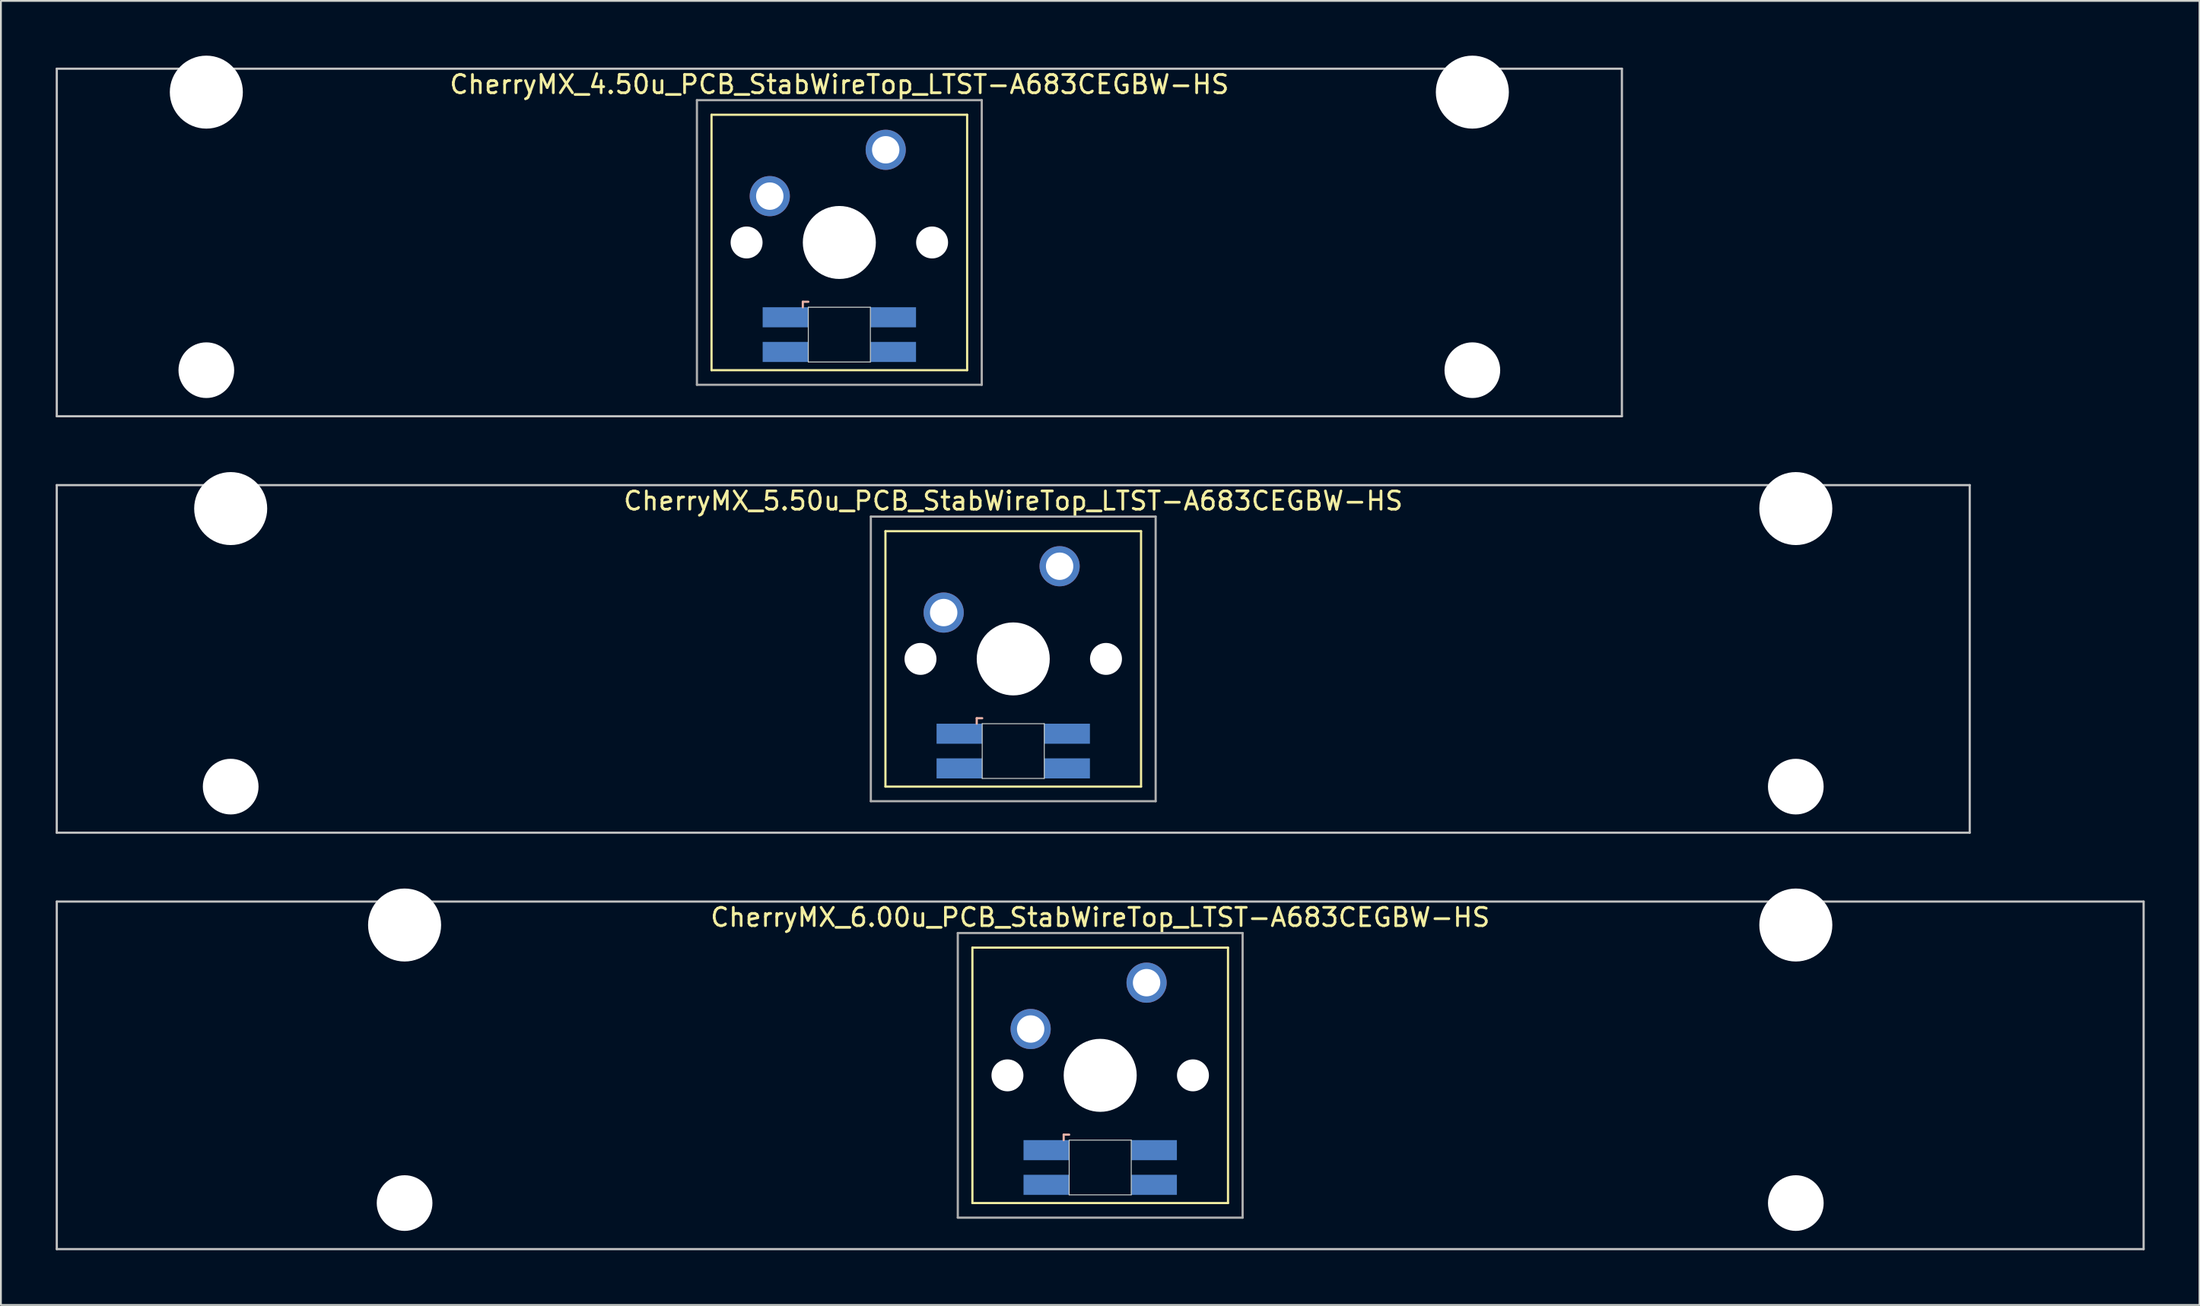
<source format=kicad_pcb>
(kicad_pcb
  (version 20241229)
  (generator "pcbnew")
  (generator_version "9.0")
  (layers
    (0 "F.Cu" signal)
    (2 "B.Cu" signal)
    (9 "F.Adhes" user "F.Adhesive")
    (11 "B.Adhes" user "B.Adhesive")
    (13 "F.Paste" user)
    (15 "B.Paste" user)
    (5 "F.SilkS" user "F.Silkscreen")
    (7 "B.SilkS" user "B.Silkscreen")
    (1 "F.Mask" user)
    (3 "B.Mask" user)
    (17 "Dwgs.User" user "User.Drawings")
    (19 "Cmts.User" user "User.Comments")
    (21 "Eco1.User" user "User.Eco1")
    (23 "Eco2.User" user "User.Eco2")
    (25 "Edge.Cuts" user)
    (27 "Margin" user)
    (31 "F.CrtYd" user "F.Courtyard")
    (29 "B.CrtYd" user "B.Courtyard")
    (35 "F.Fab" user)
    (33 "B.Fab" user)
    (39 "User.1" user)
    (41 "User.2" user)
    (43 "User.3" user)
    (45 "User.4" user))
  (footprint "CherryMX_6.00u_PCB_StabWireTop_LTST-A683CEGBW-HS"
    (layer "F.Cu")
    (at 57.21 55.89)
    (property "Reference" "CherryMX_6.00u_PCB_StabWireTop_LTST-A683CEGBW-HS" (at 0 -8.662 0) (layer "F.SilkS") (effects (font (size 1 1) (thickness 0.15))))
    (attr through_hole)
    (fp_line (start -7 -7) (end -7 7) (stroke (width 0.12) (type solid)) (layer "F.SilkS"))
    (fp_line (start -7 -7) (end 7 -7) (stroke (width 0.12) (type solid)) (layer "F.SilkS"))
    (fp_line (start 7 -7) (end 7 7) (stroke (width 0.12) (type solid)) (layer "F.SilkS"))
    (fp_line (start 7 7) (end -7 7) (stroke (width 0.12) (type solid)) (layer "F.SilkS"))
    (fp_line (start -2 3.25) (end -2 3.55) (stroke (width 0.12) (type solid)) (layer "B.SilkS"))
    (fp_line (start -1.7 3.25) (end -2 3.25) (stroke (width 0.12) (type solid)) (layer "B.SilkS"))
    (fp_line (start -57.15 -9.525) (end 57.15 -9.525) (stroke (width 0.12) (type solid)) (layer "Dwgs.User"))
    (fp_line (start -57.15 9.525) (end -57.15 -9.525) (stroke (width 0.12) (type solid)) (layer "Dwgs.User"))
    (fp_line (start 57.15 -9.525) (end 57.15 9.525) (stroke (width 0.12) (type solid)) (layer "Dwgs.User"))
    (fp_line (start 57.15 9.525) (end -57.15 9.525) (stroke (width 0.12) (type solid)) (layer "Dwgs.User"))
    (fp_line (start -1.7 3.55) (end 1.7 3.55) (stroke (width 0.05) (type solid)) (layer "Edge.Cuts"))
    (fp_line (start -1.7 6.55) (end -1.7 3.55) (stroke (width 0.05) (type solid)) (layer "Edge.Cuts"))
    (fp_line (start 1.7 3.55) (end 1.7 6.55) (stroke (width 0.05) (type solid)) (layer "Edge.Cuts"))
    (fp_line (start 1.7 6.55) (end -1.7 6.55) (stroke (width 0.05) (type solid)) (layer "Edge.Cuts"))
    (fp_line (start -7.8 -7.8) (end -7.8 7.8) (stroke (width 0.12) (type solid)) (layer "F.Fab"))
    (fp_line (start -7.8 -7.8) (end 7.8 -7.8) (stroke (width 0.12) (type solid)) (layer "F.Fab"))
    (fp_line (start -7.8 7.8) (end 7.8 7.8) (stroke (width 0.12) (type solid)) (layer "F.Fab"))
    (fp_line (start 7.8 -7.8) (end 7.8 7.8) (stroke (width 0.12) (type solid)) (layer "F.Fab"))
    (pad "" np_thru_hole circle (at -38.1 -8.24) (size 4 4) (drill 4) (layers "*.Cu" "*.Mask"))
    (pad "" np_thru_hole circle (at -38.1 7) (size 3.05 3.05) (drill 3.05) (layers "*.Cu" "*.Mask"))
    (pad "" np_thru_hole circle (at -5.08 0) (size 1.75 1.75) (drill 1.75) (layers "*.Cu" "*.Mask"))
    (pad "" np_thru_hole circle (at 0 0) (size 4 4) (drill 4) (layers "*.Cu" "*.Mask"))
    (pad "" np_thru_hole circle (at 5.08 0) (size 1.75 1.75) (drill 1.75) (layers "*.Cu" "*.Mask"))
    (pad "" np_thru_hole circle (at 38.1 -8.24) (size 4 4) (drill 4) (layers "*.Cu" "*.Mask"))
    (pad "" np_thru_hole circle (at 38.1 7) (size 3.05 3.05) (drill 3.05) (layers "*.Cu" "*.Mask"))
    (pad "1" thru_hole circle (at -3.81 -2.54) (size 2.2 2.2) (drill 1.5) (layers "*.Cu" "*.Mask"))
    (pad "2" thru_hole circle (at 2.54 -5.08) (size 2.2 2.2) (drill 1.5) (layers "*.Cu" "*.Mask"))
    (pad "3" smd rect (at -2.95 4.1) (size 2.5 1.1) (layers "B.Cu" "B.Mask" "B.Paste"))
    (pad "4" smd rect (at -2.95 6) (size 2.5 1.1) (layers "B.Cu" "B.Mask" "B.Paste"))
    (pad "5" smd rect (at 2.95 4.1) (size 2.5 1.1) (layers "B.Cu" "B.Mask" "B.Paste"))
    (pad "6" smd rect (at 2.95 6) (size 2.5 1.1) (layers "B.Cu" "B.Mask" "B.Paste")))
  (footprint "CherryMX_4.50u_PCB_StabWireTop_LTST-A683CEGBW-HS"
    (layer "F.Cu")
    (at 42.922 10.24)
    (property "Reference" "CherryMX_4.50u_PCB_StabWireTop_LTST-A683CEGBW-HS" (at 0 -8.662 0) (layer "F.SilkS") (effects (font (size 1 1) (thickness 0.15))))
    (attr through_hole)
    (fp_line (start -7 -7) (end -7 7) (stroke (width 0.12) (type solid)) (layer "F.SilkS"))
    (fp_line (start -7 -7) (end 7 -7) (stroke (width 0.12) (type solid)) (layer "F.SilkS"))
    (fp_line (start 7 -7) (end 7 7) (stroke (width 0.12) (type solid)) (layer "F.SilkS"))
    (fp_line (start 7 7) (end -7 7) (stroke (width 0.12) (type solid)) (layer "F.SilkS"))
    (fp_line (start -2 3.25) (end -2 3.55) (stroke (width 0.12) (type solid)) (layer "B.SilkS"))
    (fp_line (start -1.7 3.25) (end -2 3.25) (stroke (width 0.12) (type solid)) (layer "B.SilkS"))
    (fp_line (start -42.862 -9.525) (end 42.862 -9.525) (stroke (width 0.12) (type solid)) (layer "Dwgs.User"))
    (fp_line (start -42.862 9.525) (end -42.862 -9.525) (stroke (width 0.12) (type solid)) (layer "Dwgs.User"))
    (fp_line (start 42.862 -9.525) (end 42.862 9.525) (stroke (width 0.12) (type solid)) (layer "Dwgs.User"))
    (fp_line (start 42.862 9.525) (end -42.862 9.525) (stroke (width 0.12) (type solid)) (layer "Dwgs.User"))
    (fp_line (start -1.7 3.55) (end 1.7 3.55) (stroke (width 0.05) (type solid)) (layer "Edge.Cuts"))
    (fp_line (start -1.7 6.55) (end -1.7 3.55) (stroke (width 0.05) (type solid)) (layer "Edge.Cuts"))
    (fp_line (start 1.7 3.55) (end 1.7 6.55) (stroke (width 0.05) (type solid)) (layer "Edge.Cuts"))
    (fp_line (start 1.7 6.55) (end -1.7 6.55) (stroke (width 0.05) (type solid)) (layer "Edge.Cuts"))
    (fp_line (start -7.8 -7.8) (end -7.8 7.8) (stroke (width 0.12) (type solid)) (layer "F.Fab"))
    (fp_line (start -7.8 -7.8) (end 7.8 -7.8) (stroke (width 0.12) (type solid)) (layer "F.Fab"))
    (fp_line (start -7.8 7.8) (end 7.8 7.8) (stroke (width 0.12) (type solid)) (layer "F.Fab"))
    (fp_line (start 7.8 -7.8) (end 7.8 7.8) (stroke (width 0.12) (type solid)) (layer "F.Fab"))
    (pad "" np_thru_hole circle (at -34.671 -8.24) (size 4 4) (drill 4) (layers "*.Cu" "*.Mask"))
    (pad "" np_thru_hole circle (at -34.671 7) (size 3.05 3.05) (drill 3.05) (layers "*.Cu" "*.Mask"))
    (pad "" np_thru_hole circle (at -5.08 0) (size 1.75 1.75) (drill 1.75) (layers "*.Cu" "*.Mask"))
    (pad "" np_thru_hole circle (at 0 0) (size 4 4) (drill 4) (layers "*.Cu" "*.Mask"))
    (pad "" np_thru_hole circle (at 5.08 0) (size 1.75 1.75) (drill 1.75) (layers "*.Cu" "*.Mask"))
    (pad "" np_thru_hole circle (at 34.671 -8.24) (size 4 4) (drill 4) (layers "*.Cu" "*.Mask"))
    (pad "" np_thru_hole circle (at 34.671 7) (size 3.05 3.05) (drill 3.05) (layers "*.Cu" "*.Mask"))
    (pad "1" thru_hole circle (at -3.81 -2.54) (size 2.2 2.2) (drill 1.5) (layers "*.Cu" "*.Mask"))
    (pad "2" thru_hole circle (at 2.54 -5.08) (size 2.2 2.2) (drill 1.5) (layers "*.Cu" "*.Mask"))
    (pad "3" smd rect (at -2.95 4.1) (size 2.5 1.1) (layers "B.Cu" "B.Mask" "B.Paste"))
    (pad "4" smd rect (at -2.95 6) (size 2.5 1.1) (layers "B.Cu" "B.Mask" "B.Paste"))
    (pad "5" smd rect (at 2.95 4.1) (size 2.5 1.1) (layers "B.Cu" "B.Mask" "B.Paste"))
    (pad "6" smd rect (at 2.95 6) (size 2.5 1.1) (layers "B.Cu" "B.Mask" "B.Paste")))
  (footprint "CherryMX_5.50u_PCB_StabWireTop_LTST-A683CEGBW-HS"
    (layer "F.Cu")
    (at 52.447 33.065)
    (property "Reference" "CherryMX_5.50u_PCB_StabWireTop_LTST-A683CEGBW-HS" (at 0 -8.662 0) (layer "F.SilkS") (effects (font (size 1 1) (thickness 0.15))))
    (attr through_hole)
    (fp_line (start -7 -7) (end -7 7) (stroke (width 0.12) (type solid)) (layer "F.SilkS"))
    (fp_line (start -7 -7) (end 7 -7) (stroke (width 0.12) (type solid)) (layer "F.SilkS"))
    (fp_line (start 7 -7) (end 7 7) (stroke (width 0.12) (type solid)) (layer "F.SilkS"))
    (fp_line (start 7 7) (end -7 7) (stroke (width 0.12) (type solid)) (layer "F.SilkS"))
    (fp_line (start -2 3.25) (end -2 3.55) (stroke (width 0.12) (type solid)) (layer "B.SilkS"))
    (fp_line (start -1.7 3.25) (end -2 3.25) (stroke (width 0.12) (type solid)) (layer "B.SilkS"))
    (fp_line (start -52.388 -9.525) (end 52.388 -9.525) (stroke (width 0.12) (type solid)) (layer "Dwgs.User"))
    (fp_line (start -52.388 9.525) (end -52.388 -9.525) (stroke (width 0.12) (type solid)) (layer "Dwgs.User"))
    (fp_line (start 52.388 -9.525) (end 52.388 9.525) (stroke (width 0.12) (type solid)) (layer "Dwgs.User"))
    (fp_line (start 52.388 9.525) (end -52.388 9.525) (stroke (width 0.12) (type solid)) (layer "Dwgs.User"))
    (fp_line (start -1.7 3.55) (end 1.7 3.55) (stroke (width 0.05) (type solid)) (layer "Edge.Cuts"))
    (fp_line (start -1.7 6.55) (end -1.7 3.55) (stroke (width 0.05) (type solid)) (layer "Edge.Cuts"))
    (fp_line (start 1.7 3.55) (end 1.7 6.55) (stroke (width 0.05) (type solid)) (layer "Edge.Cuts"))
    (fp_line (start 1.7 6.55) (end -1.7 6.55) (stroke (width 0.05) (type solid)) (layer "Edge.Cuts"))
    (fp_line (start -7.8 -7.8) (end -7.8 7.8) (stroke (width 0.12) (type solid)) (layer "F.Fab"))
    (fp_line (start -7.8 -7.8) (end 7.8 -7.8) (stroke (width 0.12) (type solid)) (layer "F.Fab"))
    (fp_line (start -7.8 7.8) (end 7.8 7.8) (stroke (width 0.12) (type solid)) (layer "F.Fab"))
    (fp_line (start 7.8 -7.8) (end 7.8 7.8) (stroke (width 0.12) (type solid)) (layer "F.Fab"))
    (pad "" np_thru_hole circle (at -42.862 -8.24) (size 4 4) (drill 4) (layers "*.Cu" "*.Mask"))
    (pad "" np_thru_hole circle (at -42.862 7) (size 3.05 3.05) (drill 3.05) (layers "*.Cu" "*.Mask"))
    (pad "" np_thru_hole circle (at -5.08 0) (size 1.75 1.75) (drill 1.75) (layers "*.Cu" "*.Mask"))
    (pad "" np_thru_hole circle (at 0 0) (size 4 4) (drill 4) (layers "*.Cu" "*.Mask"))
    (pad "" np_thru_hole circle (at 5.08 0) (size 1.75 1.75) (drill 1.75) (layers "*.Cu" "*.Mask"))
    (pad "" np_thru_hole circle (at 42.862 -8.24) (size 4 4) (drill 4) (layers "*.Cu" "*.Mask"))
    (pad "" np_thru_hole circle (at 42.862 7) (size 3.05 3.05) (drill 3.05) (layers "*.Cu" "*.Mask"))
    (pad "1" thru_hole circle (at -3.81 -2.54) (size 2.2 2.2) (drill 1.5) (layers "*.Cu" "*.Mask"))
    (pad "2" thru_hole circle (at 2.54 -5.08) (size 2.2 2.2) (drill 1.5) (layers "*.Cu" "*.Mask"))
    (pad "3" smd rect (at -2.95 4.1) (size 2.5 1.1) (layers "B.Cu" "B.Mask" "B.Paste"))
    (pad "4" smd rect (at -2.95 6) (size 2.5 1.1) (layers "B.Cu" "B.Mask" "B.Paste"))
    (pad "5" smd rect (at 2.95 4.1) (size 2.5 1.1) (layers "B.Cu" "B.Mask" "B.Paste"))
    (pad "6" smd rect (at 2.95 6) (size 2.5 1.1) (layers "B.Cu" "B.Mask" "B.Paste")))
  (gr_rect
    (start -3 -3)
    (end 117.42 68.475)
    (stroke (width 0.1) (type default))
    (fill no)
    (layer "Edge.Cuts")))
</source>
